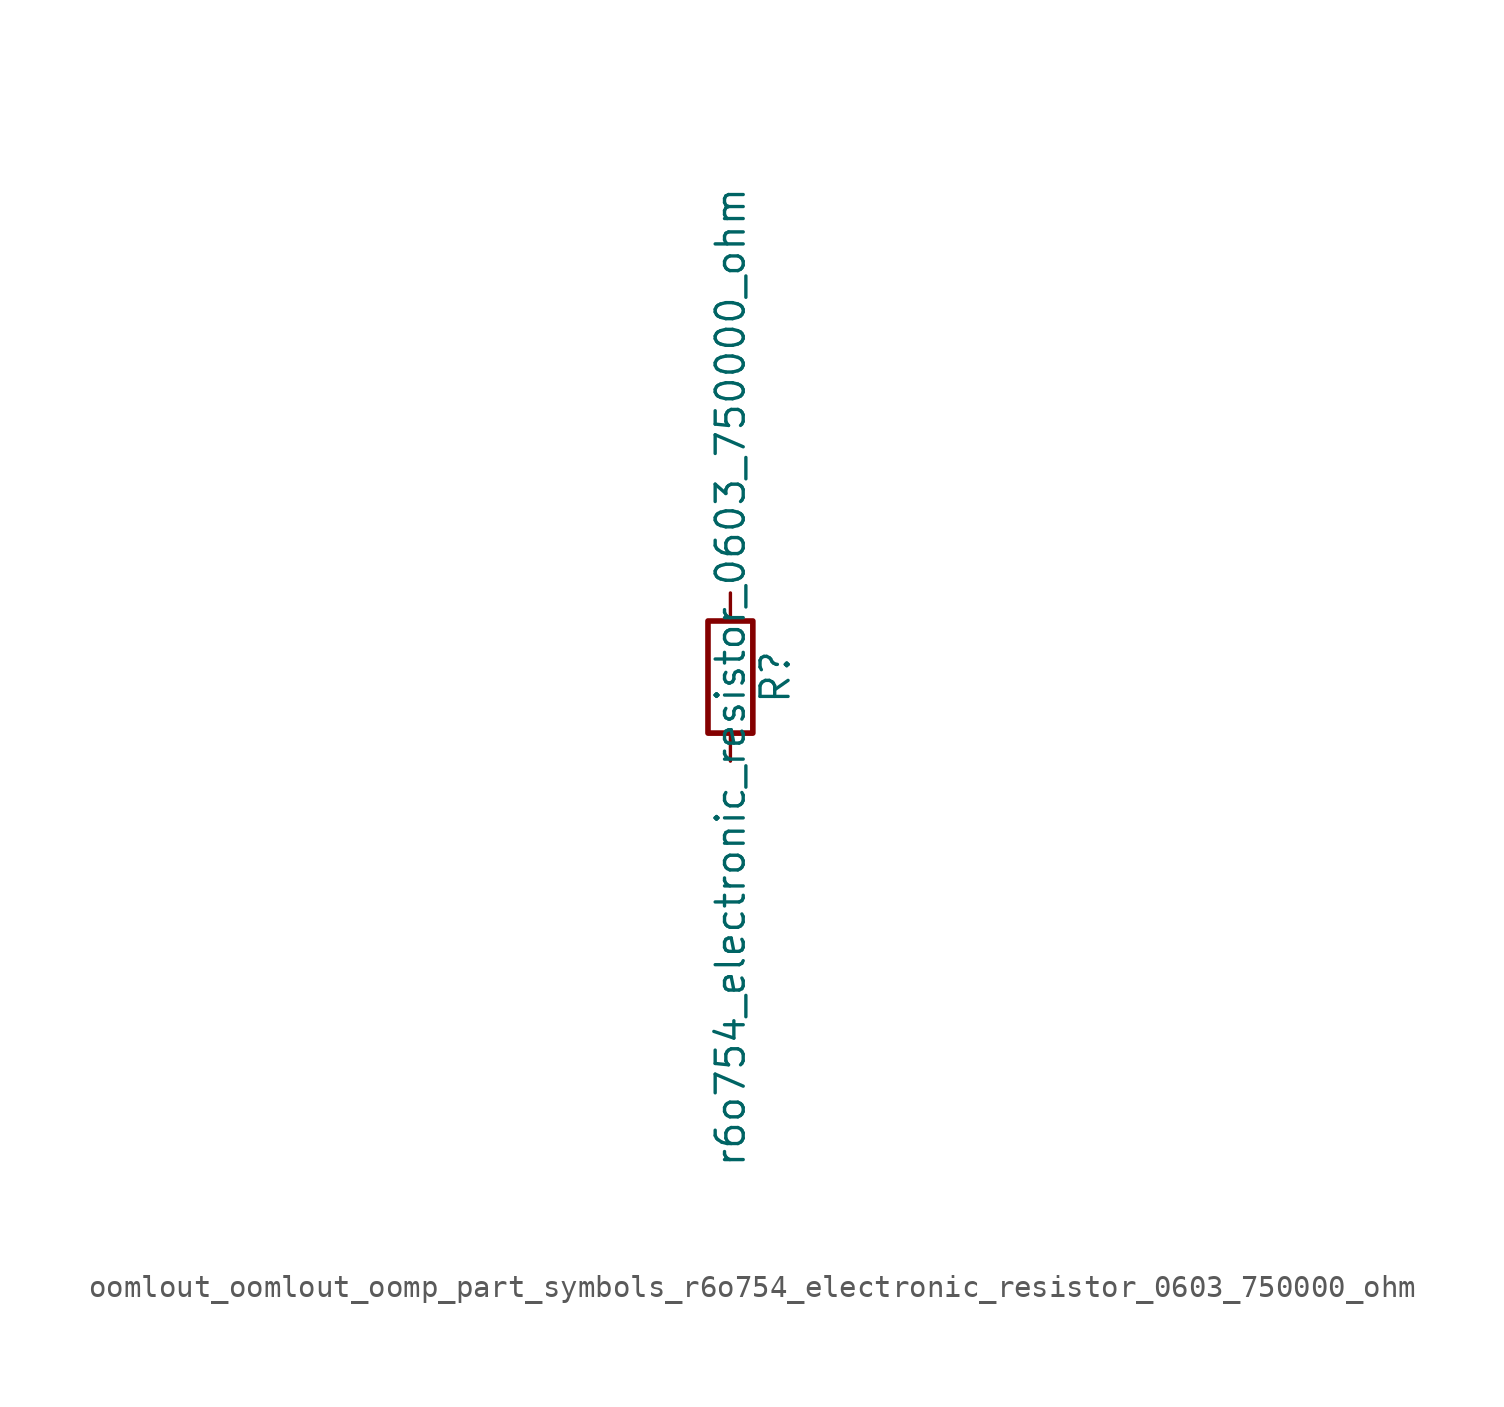
<source format=kicad_sym>
(kicad_symbol_lib
  (version 20220914)
  (generator kicad_symbol_editor)
  (symbol "oomlout_oomlout_oomp_part_symbols_r6o754_electronic_resistor_0603_750000_ohm"
    (pin_numbers hide)
    (pin_names
      (offset 0))
    (property "Reference" "R"
      (at 2.032 0 90)
      (effects (font (size 1.27 1.27))))
    (property "Value" "r6o754_electronic_resistor_0603_750000_ohm"
      (at 0 0 90)
      (effects (font (size 1.27 1.27))))
    (symbol "oomlout_oomlout_oomp_part_symbols_r6o754_electronic_resistor_0603_750000_ohm_0_1"
      (rectangle (start -1.016 -2.54) (end 1.016 2.54) (stroke (width 0.254) (type default)) (fill (type none))))
    (symbol "oomlout_oomlout_oomp_part_symbols_r6o754_electronic_resistor_0603_750000_ohm_1_1"
      (pin passive line (at 0 3.81 270) (length 1.27) (name "~" (effects (font (size 1.27 1.27)))) (number "1" (effects (font (size 1.27 1.27)))))
      (pin passive line (at 0 -3.81 90) (length 1.27) (name "~" (effects (font (size 1.27 1.27)))) (number "2" (effects (font (size 1.27 1.27))))))))
</source>
